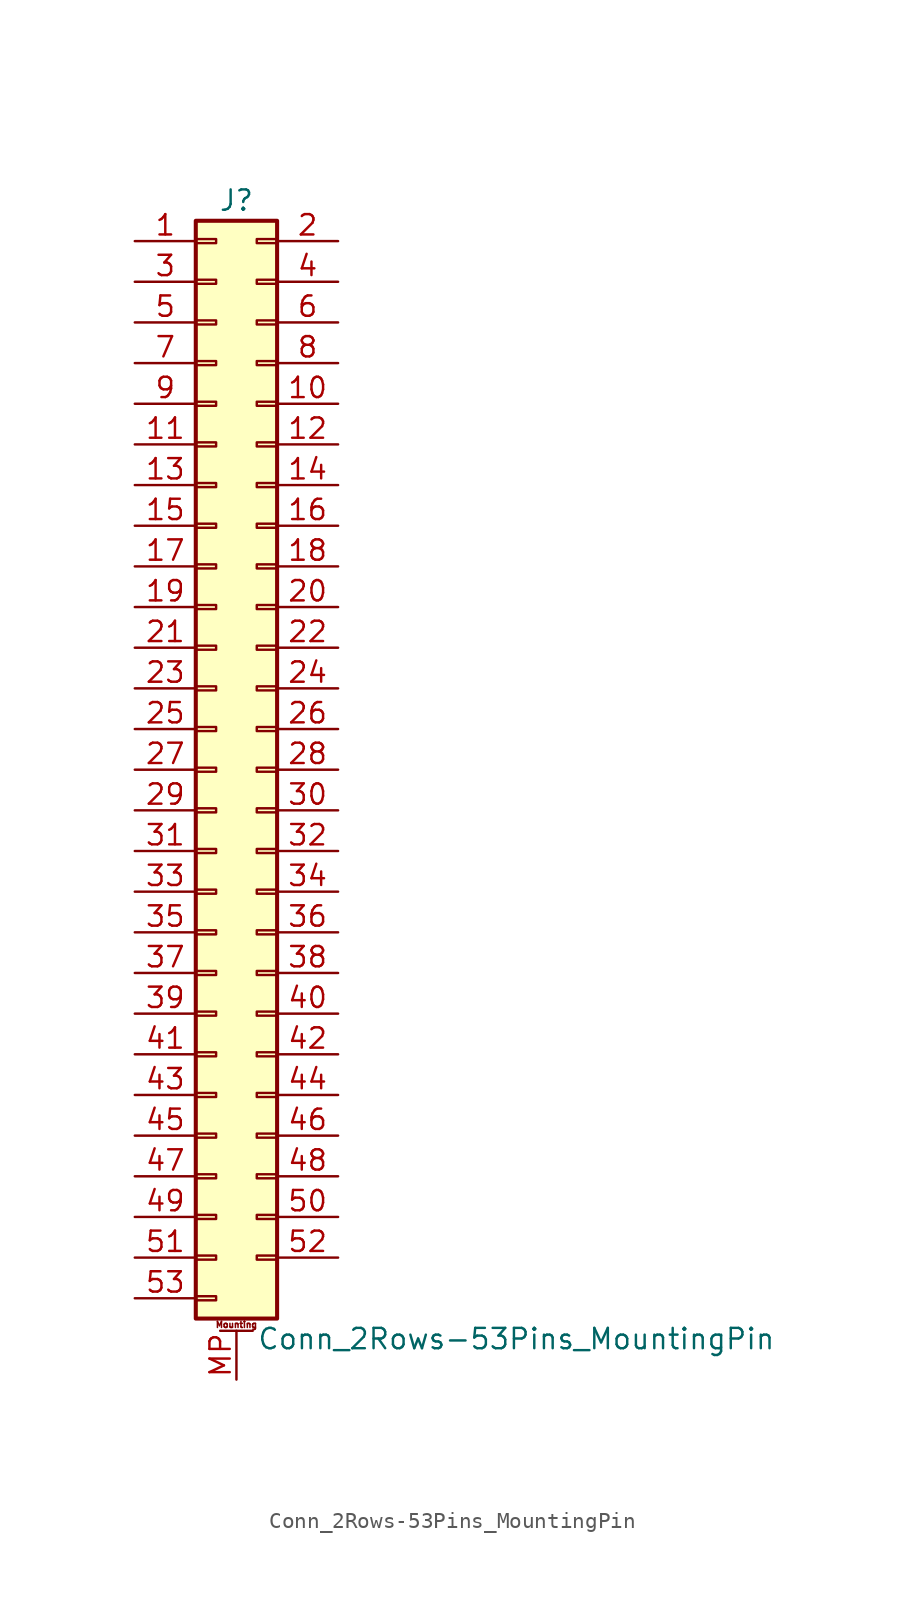
<source format=kicad_sym>
(kicad_symbol_lib
  (version 20201005)
  (generator kicad_symbol_editor)
  (symbol "Conn_2Rows-53Pins_MountingPin"
    (pin_names
      (offset 1.016) hide)
    (property "Reference" "J"
      (at 1.27 35.56 0)
      (effects (font (size 1.27 1.27))))
    (property "Value" "Conn_2Rows-53Pins_MountingPin"
      (at 2.54 -35.56 0)
      (effects (font (size 1.27 1.27)) (justify left)))
    (symbol "Conn_2Rows-53Pins_MountingPin_1_1"
      (text "Mounting" (at 1.27 -34.671 0) (effects (font (size 0.381 0.381))))
      (rectangle (start -1.27 -32.893) (end 0 -33.147) (stroke (width 0.152)) (fill (type none)))
      (rectangle (start -1.27 -30.353) (end 0 -30.607) (stroke (width 0.152)) (fill (type none)))
      (rectangle (start -1.27 -27.813) (end 0 -28.067) (stroke (width 0.152)) (fill (type none)))
      (rectangle (start -1.27 -25.273) (end 0 -25.527) (stroke (width 0.152)) (fill (type none)))
      (rectangle (start -1.27 -22.733) (end 0 -22.987) (stroke (width 0.152)) (fill (type none)))
      (rectangle (start -1.27 -20.193) (end 0 -20.447) (stroke (width 0.152)) (fill (type none)))
      (rectangle (start -1.27 -17.653) (end 0 -17.907) (stroke (width 0.152)) (fill (type none)))
      (rectangle (start -1.27 -15.113) (end 0 -15.367) (stroke (width 0.152)) (fill (type none)))
      (rectangle (start -1.27 -12.573) (end 0 -12.827) (stroke (width 0.152)) (fill (type none)))
      (rectangle (start -1.27 -10.033) (end 0 -10.287) (stroke (width 0.152)) (fill (type none)))
      (rectangle (start -1.27 -7.493) (end 0 -7.747) (stroke (width 0.152)) (fill (type none)))
      (rectangle (start -1.27 -4.953) (end 0 -5.207) (stroke (width 0.152)) (fill (type none)))
      (rectangle (start -1.27 -2.413) (end 0 -2.667) (stroke (width 0.152)) (fill (type none)))
      (rectangle (start -1.27 0.127) (end 0 -0.127) (stroke (width 0.152)) (fill (type none)))
      (rectangle (start -1.27 2.667) (end 0 2.413) (stroke (width 0.152)) (fill (type none)))
      (rectangle (start -1.27 5.207) (end 0 4.953) (stroke (width 0.152)) (fill (type none)))
      (rectangle (start -1.27 7.747) (end 0 7.493) (stroke (width 0.152)) (fill (type none)))
      (rectangle (start -1.27 10.287) (end 0 10.033) (stroke (width 0.152)) (fill (type none)))
      (rectangle (start -1.27 12.827) (end 0 12.573) (stroke (width 0.152)) (fill (type none)))
      (rectangle (start -1.27 15.367) (end 0 15.113) (stroke (width 0.152)) (fill (type none)))
      (rectangle (start -1.27 17.907) (end 0 17.653) (stroke (width 0.152)) (fill (type none)))
      (rectangle (start -1.27 20.447) (end 0 20.193) (stroke (width 0.152)) (fill (type none)))
      (rectangle (start -1.27 22.987) (end 0 22.733) (stroke (width 0.152)) (fill (type none)))
      (rectangle (start -1.27 25.527) (end 0 25.273) (stroke (width 0.152)) (fill (type none)))
      (rectangle (start -1.27 28.067) (end 0 27.813) (stroke (width 0.152)) (fill (type none)))
      (rectangle (start -1.27 30.607) (end 0 30.353) (stroke (width 0.152)) (fill (type none)))
      (rectangle (start -1.27 33.147) (end 0 32.893) (stroke (width 0.152)) (fill (type none)))
      (rectangle (start -1.27 34.29) (end 3.81 -34.29) (stroke (width 0.254)) (fill (type background)))
      (rectangle (start 3.81 -30.353) (end 2.54 -30.607) (stroke (width 0.152)) (fill (type none)))
      (rectangle (start 3.81 -27.813) (end 2.54 -28.067) (stroke (width 0.152)) (fill (type none)))
      (rectangle (start 3.81 -25.273) (end 2.54 -25.527) (stroke (width 0.152)) (fill (type none)))
      (rectangle (start 3.81 -22.733) (end 2.54 -22.987) (stroke (width 0.152)) (fill (type none)))
      (rectangle (start 3.81 -20.193) (end 2.54 -20.447) (stroke (width 0.152)) (fill (type none)))
      (rectangle (start 3.81 -17.653) (end 2.54 -17.907) (stroke (width 0.152)) (fill (type none)))
      (rectangle (start 3.81 -15.113) (end 2.54 -15.367) (stroke (width 0.152)) (fill (type none)))
      (rectangle (start 3.81 -12.573) (end 2.54 -12.827) (stroke (width 0.152)) (fill (type none)))
      (rectangle (start 3.81 -10.033) (end 2.54 -10.287) (stroke (width 0.152)) (fill (type none)))
      (rectangle (start 3.81 -7.493) (end 2.54 -7.747) (stroke (width 0.152)) (fill (type none)))
      (rectangle (start 3.81 -4.953) (end 2.54 -5.207) (stroke (width 0.152)) (fill (type none)))
      (rectangle (start 3.81 -2.413) (end 2.54 -2.667) (stroke (width 0.152)) (fill (type none)))
      (rectangle (start 3.81 0.127) (end 2.54 -0.127) (stroke (width 0.152)) (fill (type none)))
      (rectangle (start 3.81 2.667) (end 2.54 2.413) (stroke (width 0.152)) (fill (type none)))
      (rectangle (start 3.81 5.207) (end 2.54 4.953) (stroke (width 0.152)) (fill (type none)))
      (rectangle (start 3.81 7.747) (end 2.54 7.493) (stroke (width 0.152)) (fill (type none)))
      (rectangle (start 3.81 10.287) (end 2.54 10.033) (stroke (width 0.152)) (fill (type none)))
      (rectangle (start 3.81 12.827) (end 2.54 12.573) (stroke (width 0.152)) (fill (type none)))
      (rectangle (start 3.81 15.367) (end 2.54 15.113) (stroke (width 0.152)) (fill (type none)))
      (rectangle (start 3.81 17.907) (end 2.54 17.653) (stroke (width 0.152)) (fill (type none)))
      (rectangle (start 3.81 20.447) (end 2.54 20.193) (stroke (width 0.152)) (fill (type none)))
      (rectangle (start 3.81 22.987) (end 2.54 22.733) (stroke (width 0.152)) (fill (type none)))
      (rectangle (start 3.81 25.527) (end 2.54 25.273) (stroke (width 0.152)) (fill (type none)))
      (rectangle (start 3.81 28.067) (end 2.54 27.813) (stroke (width 0.152)) (fill (type none)))
      (rectangle (start 3.81 30.607) (end 2.54 30.353) (stroke (width 0.152)) (fill (type none)))
      (rectangle (start 3.81 33.147) (end 2.54 32.893) (stroke (width 0.152)) (fill (type none)))
      (polyline (pts (xy 0.254 -35.052) (xy 2.286 -35.052)) (stroke (width 0.152)) (fill (type none)))
      (pin passive line (at -5.08 33.02 0) (length 3.81) (name "Pin_1" (effects (font (size 1.27 1.27)))) (number "1" (effects (font (size 1.27 1.27)))))
      (pin passive line (at 7.62 22.86 180) (length 3.81) (name "Pin_10" (effects (font (size 1.27 1.27)))) (number "10" (effects (font (size 1.27 1.27)))))
      (pin passive line (at -5.08 20.32 0) (length 3.81) (name "Pin_11" (effects (font (size 1.27 1.27)))) (number "11" (effects (font (size 1.27 1.27)))))
      (pin passive line (at 7.62 20.32 180) (length 3.81) (name "Pin_12" (effects (font (size 1.27 1.27)))) (number "12" (effects (font (size 1.27 1.27)))))
      (pin passive line (at -5.08 17.78 0) (length 3.81) (name "Pin_13" (effects (font (size 1.27 1.27)))) (number "13" (effects (font (size 1.27 1.27)))))
      (pin passive line (at 7.62 17.78 180) (length 3.81) (name "Pin_14" (effects (font (size 1.27 1.27)))) (number "14" (effects (font (size 1.27 1.27)))))
      (pin passive line (at -5.08 15.24 0) (length 3.81) (name "Pin_15" (effects (font (size 1.27 1.27)))) (number "15" (effects (font (size 1.27 1.27)))))
      (pin passive line (at 7.62 15.24 180) (length 3.81) (name "Pin_16" (effects (font (size 1.27 1.27)))) (number "16" (effects (font (size 1.27 1.27)))))
      (pin passive line (at -5.08 12.7 0) (length 3.81) (name "Pin_17" (effects (font (size 1.27 1.27)))) (number "17" (effects (font (size 1.27 1.27)))))
      (pin passive line (at 7.62 12.7 180) (length 3.81) (name "Pin_18" (effects (font (size 1.27 1.27)))) (number "18" (effects (font (size 1.27 1.27)))))
      (pin passive line (at -5.08 10.16 0) (length 3.81) (name "Pin_19" (effects (font (size 1.27 1.27)))) (number "19" (effects (font (size 1.27 1.27)))))
      (pin passive line (at 7.62 33.02 180) (length 3.81) (name "Pin_2" (effects (font (size 1.27 1.27)))) (number "2" (effects (font (size 1.27 1.27)))))
      (pin passive line (at 7.62 10.16 180) (length 3.81) (name "Pin_20" (effects (font (size 1.27 1.27)))) (number "20" (effects (font (size 1.27 1.27)))))
      (pin passive line (at -5.08 7.62 0) (length 3.81) (name "Pin_21" (effects (font (size 1.27 1.27)))) (number "21" (effects (font (size 1.27 1.27)))))
      (pin passive line (at 7.62 7.62 180) (length 3.81) (name "Pin_22" (effects (font (size 1.27 1.27)))) (number "22" (effects (font (size 1.27 1.27)))))
      (pin passive line (at -5.08 5.08 0) (length 3.81) (name "Pin_23" (effects (font (size 1.27 1.27)))) (number "23" (effects (font (size 1.27 1.27)))))
      (pin passive line (at 7.62 5.08 180) (length 3.81) (name "Pin_24" (effects (font (size 1.27 1.27)))) (number "24" (effects (font (size 1.27 1.27)))))
      (pin passive line (at -5.08 2.54 0) (length 3.81) (name "Pin_25" (effects (font (size 1.27 1.27)))) (number "25" (effects (font (size 1.27 1.27)))))
      (pin passive line (at 7.62 2.54 180) (length 3.81) (name "Pin_26" (effects (font (size 1.27 1.27)))) (number "26" (effects (font (size 1.27 1.27)))))
      (pin passive line (at -5.08 0 0) (length 3.81) (name "Pin_27" (effects (font (size 1.27 1.27)))) (number "27" (effects (font (size 1.27 1.27)))))
      (pin passive line (at 7.62 0 180) (length 3.81) (name "Pin_28" (effects (font (size 1.27 1.27)))) (number "28" (effects (font (size 1.27 1.27)))))
      (pin passive line (at -5.08 -2.54 0) (length 3.81) (name "Pin_29" (effects (font (size 1.27 1.27)))) (number "29" (effects (font (size 1.27 1.27)))))
      (pin passive line (at -5.08 30.48 0) (length 3.81) (name "Pin_3" (effects (font (size 1.27 1.27)))) (number "3" (effects (font (size 1.27 1.27)))))
      (pin passive line (at 7.62 -2.54 180) (length 3.81) (name "Pin_30" (effects (font (size 1.27 1.27)))) (number "30" (effects (font (size 1.27 1.27)))))
      (pin passive line (at -5.08 -5.08 0) (length 3.81) (name "Pin_31" (effects (font (size 1.27 1.27)))) (number "31" (effects (font (size 1.27 1.27)))))
      (pin passive line (at 7.62 -5.08 180) (length 3.81) (name "Pin_32" (effects (font (size 1.27 1.27)))) (number "32" (effects (font (size 1.27 1.27)))))
      (pin passive line (at -5.08 -7.62 0) (length 3.81) (name "Pin_33" (effects (font (size 1.27 1.27)))) (number "33" (effects (font (size 1.27 1.27)))))
      (pin passive line (at 7.62 -7.62 180) (length 3.81) (name "Pin_34" (effects (font (size 1.27 1.27)))) (number "34" (effects (font (size 1.27 1.27)))))
      (pin passive line (at -5.08 -10.16 0) (length 3.81) (name "Pin_35" (effects (font (size 1.27 1.27)))) (number "35" (effects (font (size 1.27 1.27)))))
      (pin passive line (at 7.62 -10.16 180) (length 3.81) (name "Pin_36" (effects (font (size 1.27 1.27)))) (number "36" (effects (font (size 1.27 1.27)))))
      (pin passive line (at -5.08 -12.7 0) (length 3.81) (name "Pin_37" (effects (font (size 1.27 1.27)))) (number "37" (effects (font (size 1.27 1.27)))))
      (pin passive line (at 7.62 -12.7 180) (length 3.81) (name "Pin_38" (effects (font (size 1.27 1.27)))) (number "38" (effects (font (size 1.27 1.27)))))
      (pin passive line (at -5.08 -15.24 0) (length 3.81) (name "Pin_39" (effects (font (size 1.27 1.27)))) (number "39" (effects (font (size 1.27 1.27)))))
      (pin passive line (at 7.62 30.48 180) (length 3.81) (name "Pin_4" (effects (font (size 1.27 1.27)))) (number "4" (effects (font (size 1.27 1.27)))))
      (pin passive line (at 7.62 -15.24 180) (length 3.81) (name "Pin_40" (effects (font (size 1.27 1.27)))) (number "40" (effects (font (size 1.27 1.27)))))
      (pin passive line (at -5.08 -17.78 0) (length 3.81) (name "Pin_41" (effects (font (size 1.27 1.27)))) (number "41" (effects (font (size 1.27 1.27)))))
      (pin passive line (at 7.62 -17.78 180) (length 3.81) (name "Pin_42" (effects (font (size 1.27 1.27)))) (number "42" (effects (font (size 1.27 1.27)))))
      (pin passive line (at -5.08 -20.32 0) (length 3.81) (name "Pin_43" (effects (font (size 1.27 1.27)))) (number "43" (effects (font (size 1.27 1.27)))))
      (pin passive line (at 7.62 -20.32 180) (length 3.81) (name "Pin_44" (effects (font (size 1.27 1.27)))) (number "44" (effects (font (size 1.27 1.27)))))
      (pin passive line (at -5.08 -22.86 0) (length 3.81) (name "Pin_45" (effects (font (size 1.27 1.27)))) (number "45" (effects (font (size 1.27 1.27)))))
      (pin passive line (at 7.62 -22.86 180) (length 3.81) (name "Pin_46" (effects (font (size 1.27 1.27)))) (number "46" (effects (font (size 1.27 1.27)))))
      (pin passive line (at -5.08 -25.4 0) (length 3.81) (name "Pin_47" (effects (font (size 1.27 1.27)))) (number "47" (effects (font (size 1.27 1.27)))))
      (pin passive line (at 7.62 -25.4 180) (length 3.81) (name "Pin_48" (effects (font (size 1.27 1.27)))) (number "48" (effects (font (size 1.27 1.27)))))
      (pin passive line (at -5.08 -27.94 0) (length 3.81) (name "Pin_49" (effects (font (size 1.27 1.27)))) (number "49" (effects (font (size 1.27 1.27)))))
      (pin passive line (at -5.08 27.94 0) (length 3.81) (name "Pin_5" (effects (font (size 1.27 1.27)))) (number "5" (effects (font (size 1.27 1.27)))))
      (pin passive line (at 7.62 -27.94 180) (length 3.81) (name "Pin_50" (effects (font (size 1.27 1.27)))) (number "50" (effects (font (size 1.27 1.27)))))
      (pin passive line (at -5.08 -30.48 0) (length 3.81) (name "Pin_51" (effects (font (size 1.27 1.27)))) (number "51" (effects (font (size 1.27 1.27)))))
      (pin passive line (at 7.62 -30.48 180) (length 3.81) (name "Pin_52" (effects (font (size 1.27 1.27)))) (number "52" (effects (font (size 1.27 1.27)))))
      (pin passive line (at -5.08 -33.02 0) (length 3.81) (name "Pin_53" (effects (font (size 1.27 1.27)))) (number "53" (effects (font (size 1.27 1.27)))))
      (pin passive line (at 7.62 27.94 180) (length 3.81) (name "Pin_6" (effects (font (size 1.27 1.27)))) (number "6" (effects (font (size 1.27 1.27)))))
      (pin passive line (at -5.08 25.4 0) (length 3.81) (name "Pin_7" (effects (font (size 1.27 1.27)))) (number "7" (effects (font (size 1.27 1.27)))))
      (pin passive line (at 7.62 25.4 180) (length 3.81) (name "Pin_8" (effects (font (size 1.27 1.27)))) (number "8" (effects (font (size 1.27 1.27)))))
      (pin passive line (at -5.08 22.86 0) (length 3.81) (name "Pin_9" (effects (font (size 1.27 1.27)))) (number "9" (effects (font (size 1.27 1.27)))))
      (pin passive line (at 1.27 -38.1 90) (length 3.048) (name "MountPin" (effects (font (size 1.27 1.27)))) (number "MP" (effects (font (size 1.27 1.27))))))))
</source>
